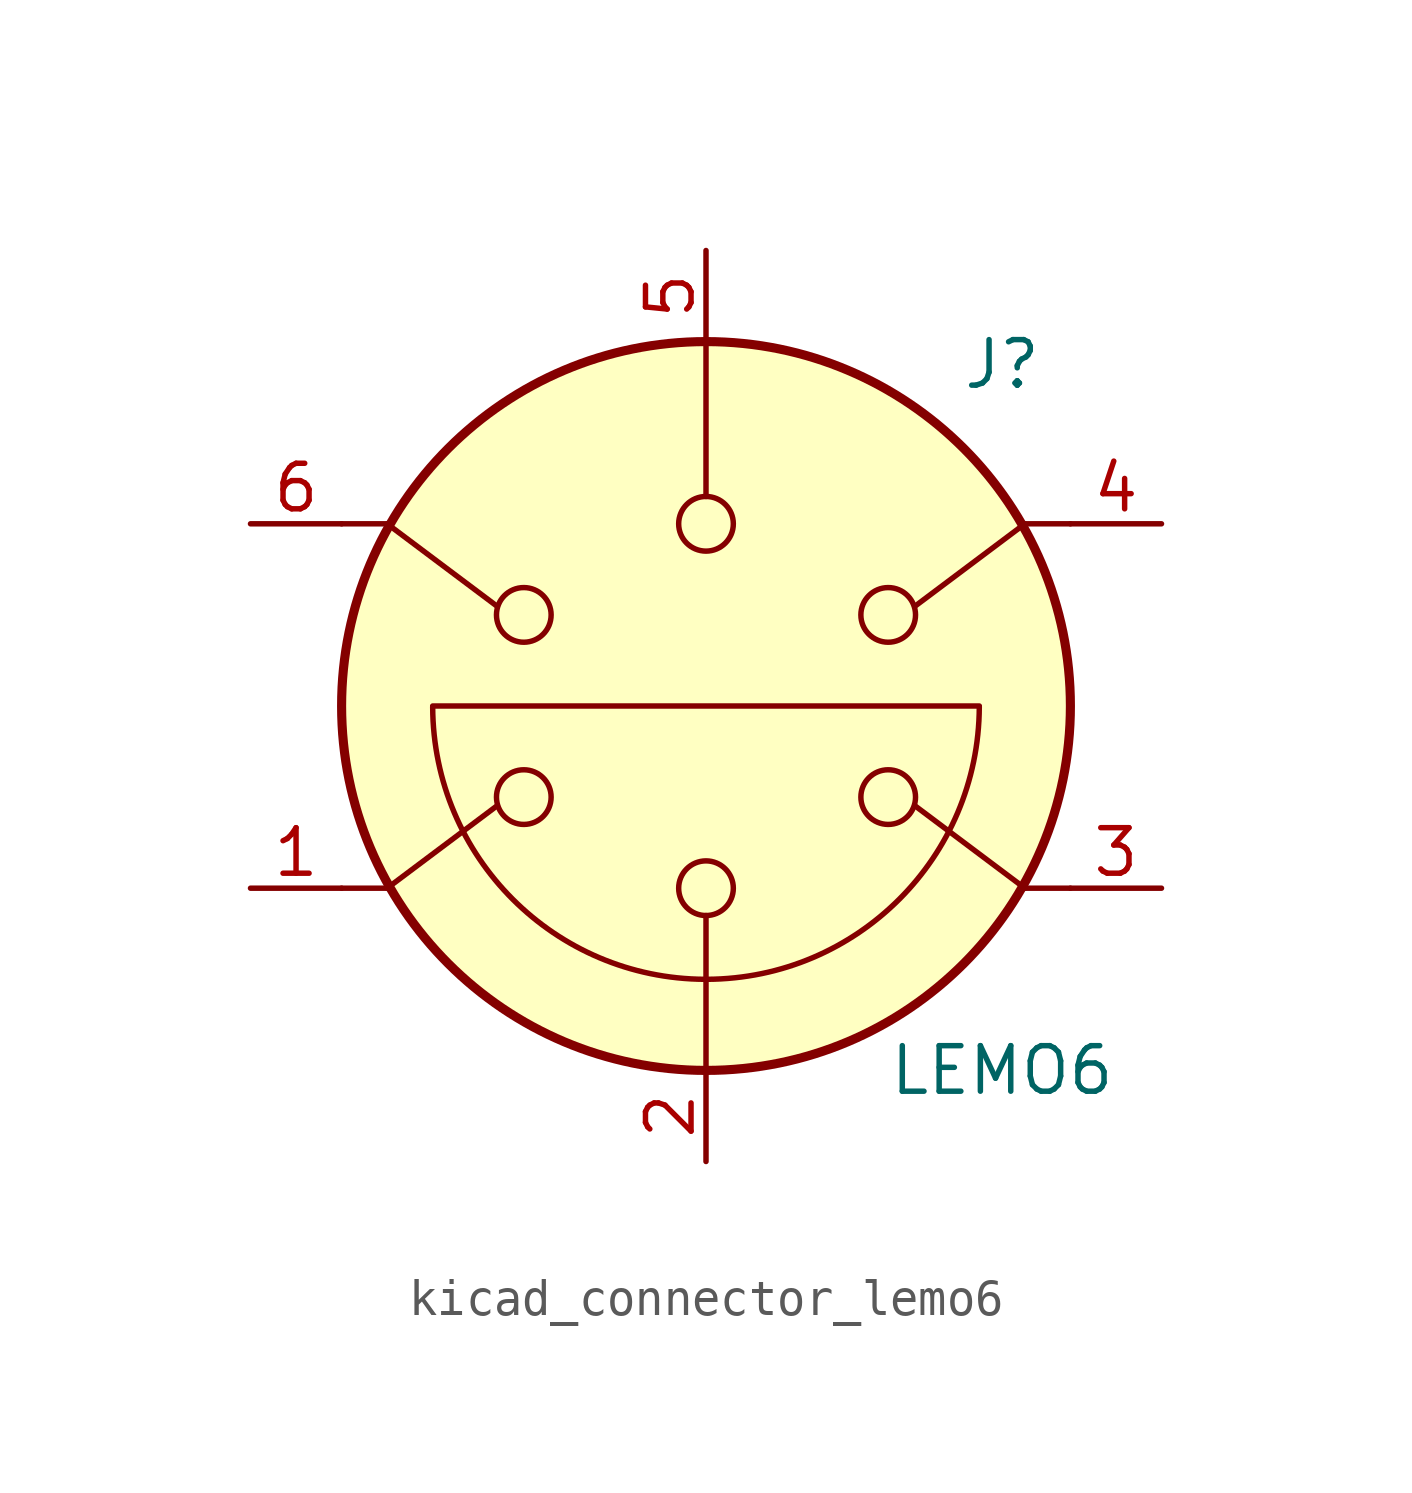
<source format=kicad_sym>
(kicad_symbol_lib
  (version 20220914)
  (generator kicad_symbol_editor)
  (symbol "kicad_connector_lemo6"
    (pin_names
      (offset 1.016) hide)
    (property "Reference" "J"
      (at 8.255 9.525 0)
      (effects (font (size 1.27 1.27))))
    (property "Value" "LEMO6"
      (at 8.255 -10.16 0)
      (effects (font (size 1.27 1.27))))
    (symbol "kicad_connector_lemo6_0_1"
      (arc (start -7.62 -0.0254) (mid -5.3882 -5.3882) (end -0.0254 -7.62) (stroke (width 0) (type default)) (fill (type none)))
      (circle (center -5.08 -2.54) (radius 0.762) (stroke (width 0) (type default)) (fill (type none)))
      (circle (center -5.08 2.54) (radius 0.762) (stroke (width 0) (type default)) (fill (type none)))
      (circle (center 0 -5.08) (radius 0.762) (stroke (width 0) (type default)) (fill (type none)))
      (polyline (pts (xy -10.16 5.08) (xy -8.89 5.08)) (stroke (width 0) (type default)) (fill (type none)))
      (polyline (pts (xy -8.89 -5.08) (xy -10.16 -5.08)) (stroke (width 0) (type default)) (fill (type none)))
      (polyline (pts (xy -8.89 -5.08) (xy -5.842 -2.794)) (stroke (width 0) (type default)) (fill (type none)))
      (polyline (pts (xy -8.89 5.08) (xy -5.842 2.794)) (stroke (width 0) (type default)) (fill (type none)))
      (polyline (pts (xy -7.62 0) (xy 7.62 0)) (stroke (width 0) (type default)) (fill (type none)))
      (polyline (pts (xy 0 -10.16) (xy 0 -5.842)) (stroke (width 0) (type default)) (fill (type none)))
      (polyline (pts (xy 0 10.16) (xy 0 5.842)) (stroke (width 0) (type default)) (fill (type none)))
      (polyline (pts (xy 8.89 -5.08) (xy 5.842 -2.794)) (stroke (width 0) (type default)) (fill (type none)))
      (polyline (pts (xy 8.89 -5.08) (xy 10.16 -5.08)) (stroke (width 0) (type default)) (fill (type none)))
      (polyline (pts (xy 8.89 5.08) (xy 5.842 2.794)) (stroke (width 0) (type default)) (fill (type none)))
      (polyline (pts (xy 10.16 5.08) (xy 8.89 5.08)) (stroke (width 0) (type default)) (fill (type none)))
      (circle (center 0 0) (radius 10.16) (stroke (width 0.254) (type default)) (fill (type background)))
      (circle (center 0 5.08) (radius 0.762) (stroke (width 0) (type default)) (fill (type none)))
      (arc (start 0.0254 -7.62) (mid 5.3882 -5.3882) (end 7.62 -0.0254) (stroke (width 0) (type default)) (fill (type none)))
      (circle (center 5.08 -2.54) (radius 0.762) (stroke (width 0) (type default)) (fill (type none)))
      (circle (center 5.08 2.54) (radius 0.762) (stroke (width 0) (type default)) (fill (type none))))
    (symbol "kicad_connector_lemo6_1_1"
      (pin passive line (at -12.7 -5.08 0) (length 2.54) (name "~" (effects (font (size 1.27 1.27)))) (number "1" (effects (font (size 1.27 1.27)))))
      (pin passive line (at 0 -12.7 90) (length 2.54) (name "~" (effects (font (size 1.27 1.27)))) (number "2" (effects (font (size 1.27 1.27)))))
      (pin passive line (at 12.7 -5.08 180) (length 2.54) (name "~" (effects (font (size 1.27 1.27)))) (number "3" (effects (font (size 1.27 1.27)))))
      (pin passive line (at 12.7 5.08 180) (length 2.54) (name "~" (effects (font (size 1.27 1.27)))) (number "4" (effects (font (size 1.27 1.27)))))
      (pin passive line (at 0 12.7 270) (length 2.54) (name "~" (effects (font (size 1.27 1.27)))) (number "5" (effects (font (size 1.27 1.27)))))
      (pin passive line (at -12.7 5.08 0) (length 2.54) (name "~" (effects (font (size 1.27 1.27)))) (number "6" (effects (font (size 1.27 1.27))))))))
</source>
